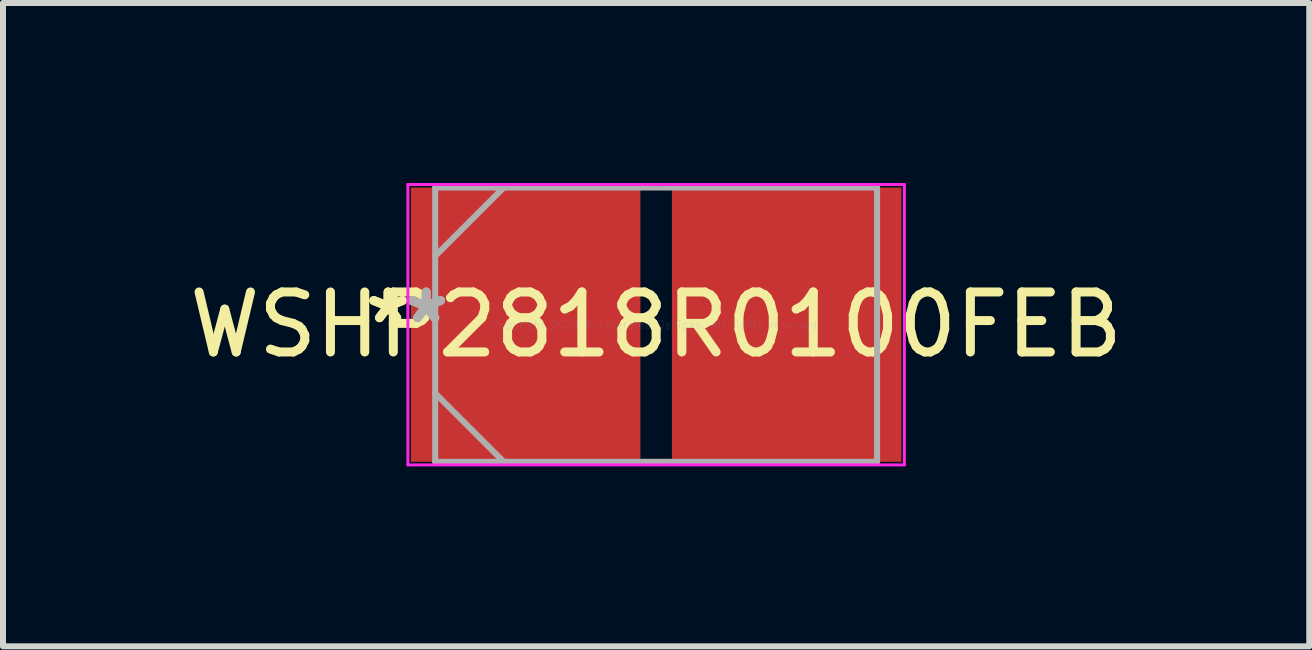
<source format=kicad_pcb>
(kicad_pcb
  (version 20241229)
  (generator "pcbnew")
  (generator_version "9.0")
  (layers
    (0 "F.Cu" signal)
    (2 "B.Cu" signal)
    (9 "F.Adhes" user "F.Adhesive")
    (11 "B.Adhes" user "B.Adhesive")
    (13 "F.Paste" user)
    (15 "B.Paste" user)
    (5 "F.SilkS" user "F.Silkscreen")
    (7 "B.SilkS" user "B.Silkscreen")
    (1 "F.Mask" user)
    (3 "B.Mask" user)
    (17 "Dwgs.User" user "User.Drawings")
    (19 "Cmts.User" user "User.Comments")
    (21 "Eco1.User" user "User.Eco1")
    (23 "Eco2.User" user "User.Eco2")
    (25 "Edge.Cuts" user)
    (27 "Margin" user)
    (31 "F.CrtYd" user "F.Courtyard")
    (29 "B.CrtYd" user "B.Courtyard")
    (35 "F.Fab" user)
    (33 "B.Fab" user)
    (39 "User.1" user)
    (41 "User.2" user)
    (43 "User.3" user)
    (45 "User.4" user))
  (footprint "WSHP2818R0100FEB"
    (layer "F.Cu")
    (at 7.887 2.362)
    (property "Reference" "WSHP2818R0100FEB" (at 0 0 0) (layer "F.SilkS") (effects (font (size 1 1) (thickness 0.15))))
    (attr through_hole)
    (fp_line (start -4.138 -2.337) (end 4.138 -2.337) (stroke (width 0.05) (type solid)) (layer "F.CrtYd"))
    (fp_line (start -4.138 2.337) (end -4.138 -2.337) (stroke (width 0.05) (type solid)) (layer "F.CrtYd"))
    (fp_line (start 4.138 -2.337) (end 4.138 2.337) (stroke (width 0.05) (type solid)) (layer "F.CrtYd"))
    (fp_line (start 4.138 2.337) (end -4.138 2.337) (stroke (width 0.05) (type solid)) (layer "F.CrtYd"))
    (fp_line (start -3.683 -2.286) (end -3.683 2.286) (stroke (width 0.1) (type solid)) (layer "F.Fab"))
    (fp_line (start -3.683 -1.143) (end -2.54 -2.286) (stroke (width 0.1) (type solid)) (layer "F.Fab"))
    (fp_line (start -3.683 1.143) (end -2.54 2.286) (stroke (width 0.1) (type solid)) (layer "F.Fab"))
    (fp_line (start -3.683 2.286) (end 3.683 2.286) (stroke (width 0.1) (type solid)) (layer "F.Fab"))
    (fp_line (start 3.683 -2.286) (end -3.683 -2.286) (stroke (width 0.1) (type solid)) (layer "F.Fab"))
    (fp_line (start 3.683 2.286) (end 3.683 -2.286) (stroke (width 0.1) (type solid)) (layer "F.Fab"))
    (fp_text user "*" (at -4.468 0 0) (layer "F.SilkS") (effects (font (size 1 1) (thickness 0.15))))
    (fp_text user "*" (at -4.468 0 0) (layer "F.SilkS") (effects (font (size 1 1) (thickness 0.15))))
    (fp_text user "Copyright 2021 Accelerated Designs. All rights reserved." (at 0 0 0) (layer "Cmts.User") (effects (font (size 0.127 0.127) (thickness 0.002))))
    (fp_text user "*" (at -3.833 0 0) (layer "F.Fab") (effects (font (size 1 1) (thickness 0.15))))
    (fp_text user "*" (at -3.833 0 0) (layer "F.Fab") (effects (font (size 1 1) (thickness 0.15))))
    (pad "1" smd rect (at -2.175 0) (size 3.825 4.572) (layers "F.Cu" "F.Mask" "F.Paste"))
    (pad "2" smd rect (at 2.175 0) (size 3.825 4.572) (layers "F.Cu" "F.Mask" "F.Paste")))
  (gr_rect
    (start -3 -3)
    (end 18.774 7.724)
    (stroke (width 0.1) (type default))
    (fill no)
    (layer "Edge.Cuts")))
</source>
